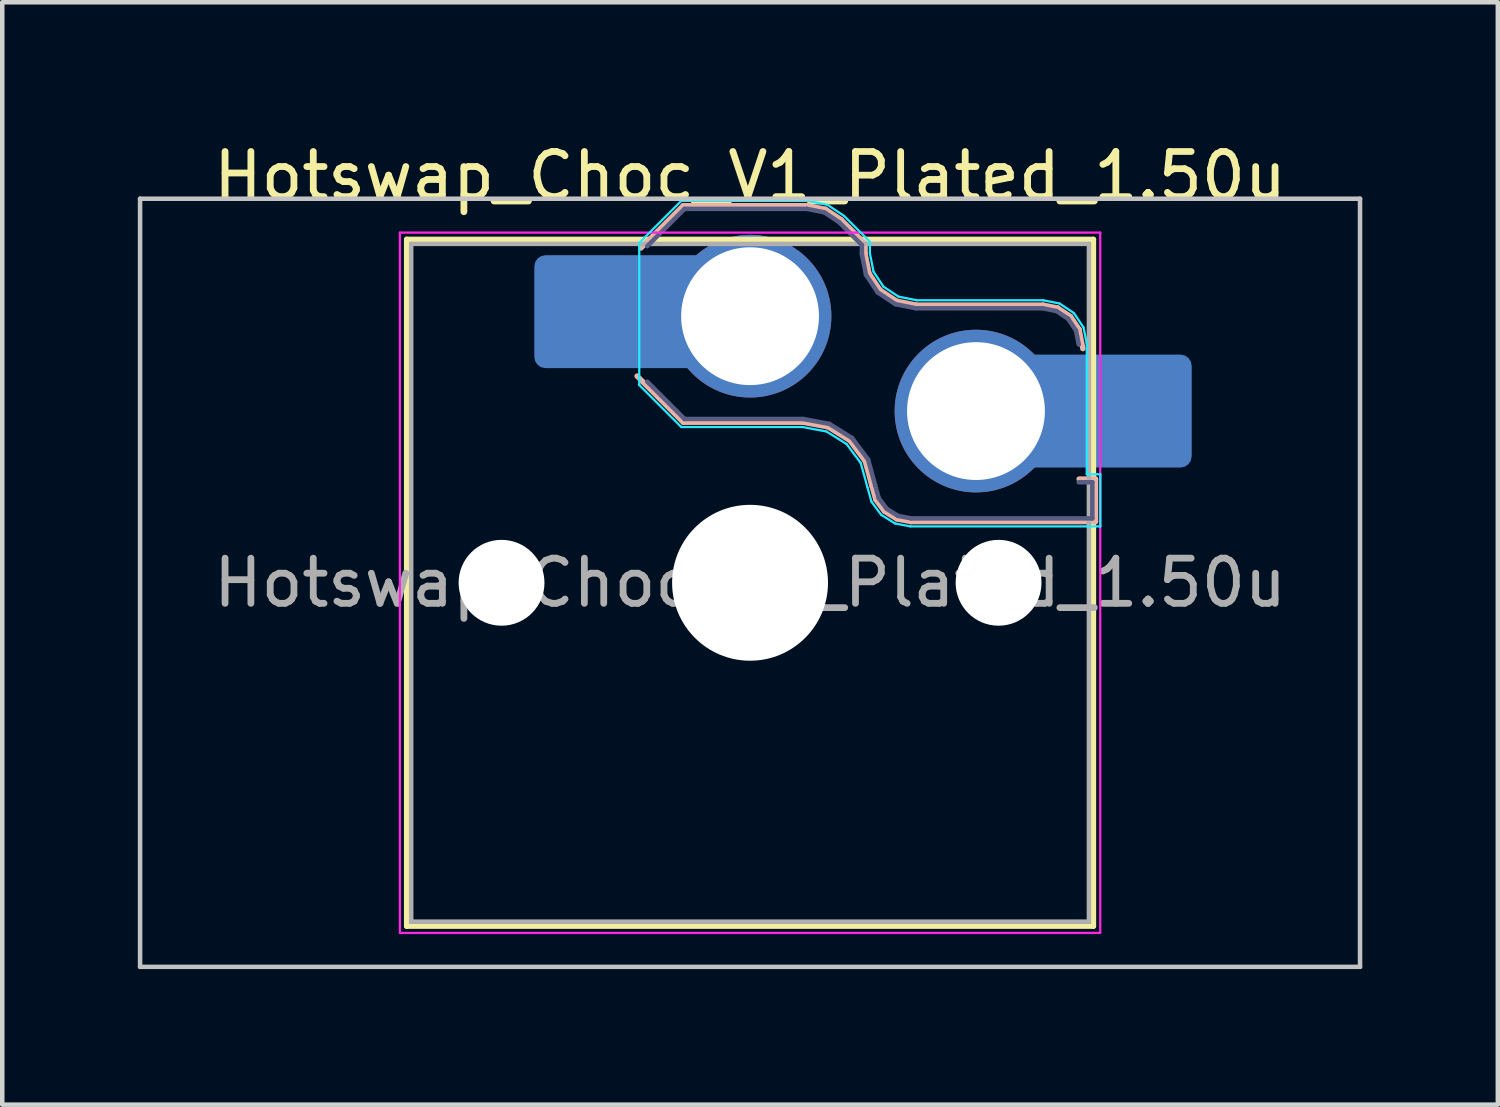
<source format=kicad_pcb>
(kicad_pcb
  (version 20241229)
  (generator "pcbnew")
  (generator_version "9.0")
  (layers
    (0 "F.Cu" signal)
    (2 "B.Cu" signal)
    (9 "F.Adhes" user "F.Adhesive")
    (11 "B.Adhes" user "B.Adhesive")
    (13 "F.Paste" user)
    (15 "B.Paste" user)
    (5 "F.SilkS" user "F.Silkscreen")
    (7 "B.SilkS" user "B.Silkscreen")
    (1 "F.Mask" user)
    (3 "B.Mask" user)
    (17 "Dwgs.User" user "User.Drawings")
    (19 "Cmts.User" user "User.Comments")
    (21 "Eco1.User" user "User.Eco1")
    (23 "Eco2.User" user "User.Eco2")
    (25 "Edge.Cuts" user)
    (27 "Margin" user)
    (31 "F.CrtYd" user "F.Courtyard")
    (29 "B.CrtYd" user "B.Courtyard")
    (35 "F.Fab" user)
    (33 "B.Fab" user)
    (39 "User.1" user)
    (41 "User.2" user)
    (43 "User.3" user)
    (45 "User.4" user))
  (footprint "Hotswap_Choc_V1_Plated_1.50u"
    (layer "F.Cu")
    (at 13.55 9.848)
    (property "Reference" "Hotswap_Choc_V1_Plated_1.50u" (at 0 -9 0) (layer "F.SilkS") (effects (font (size 1 1) (thickness 0.15))))
    (attr smd allow_soldermask_bridges)
    (fp_line (start -7.6 -7.6) (end -7.6 7.6) (stroke (width 0.12) (type solid)) (layer "F.SilkS"))
    (fp_line (start -7.6 7.6) (end 7.6 7.6) (stroke (width 0.12) (type solid)) (layer "F.SilkS"))
    (fp_line (start 7.6 -7.6) (end -7.6 -7.6) (stroke (width 0.12) (type solid)) (layer "F.SilkS"))
    (fp_line (start 7.6 7.6) (end 7.6 -7.6) (stroke (width 0.12) (type solid)) (layer "F.SilkS"))
    (fp_line (start -2.416 -7.409) (end -1.479 -8.346) (stroke (width 0.12) (type solid)) (layer "B.SilkS"))
    (fp_line (start -1.479 -8.346) (end 1.268 -8.346) (stroke (width 0.12) (type solid)) (layer "B.SilkS"))
    (fp_line (start -1.479 -3.554) (end -2.5 -4.575) (stroke (width 0.12) (type solid)) (layer "B.SilkS"))
    (fp_line (start 1.168 -3.554) (end -1.479 -3.554) (stroke (width 0.12) (type solid)) (layer "B.SilkS"))
    (fp_line (start 1.268 -8.346) (end 1.671 -8.266) (stroke (width 0.12) (type solid)) (layer "B.SilkS"))
    (fp_line (start 1.671 -8.266) (end 2.013 -8.037) (stroke (width 0.12) (type solid)) (layer "B.SilkS"))
    (fp_line (start 1.73 -3.449) (end 1.168 -3.554) (stroke (width 0.12) (type solid)) (layer "B.SilkS"))
    (fp_line (start 2.013 -8.037) (end 2.546 -7.504) (stroke (width 0.12) (type solid)) (layer "B.SilkS"))
    (fp_line (start 2.209 -3.15) (end 1.73 -3.449) (stroke (width 0.12) (type solid)) (layer "B.SilkS"))
    (fp_line (start 2.546 -7.504) (end 2.546 -7.282) (stroke (width 0.12) (type solid)) (layer "B.SilkS"))
    (fp_line (start 2.546 -7.282) (end 2.633 -6.844) (stroke (width 0.12) (type solid)) (layer "B.SilkS"))
    (fp_line (start 2.547 -2.697) (end 2.209 -3.15) (stroke (width 0.12) (type solid)) (layer "B.SilkS"))
    (fp_line (start 2.633 -6.844) (end 2.877 -6.477) (stroke (width 0.12) (type solid)) (layer "B.SilkS"))
    (fp_line (start 2.701 -2.139) (end 2.547 -2.697) (stroke (width 0.12) (type solid)) (layer "B.SilkS"))
    (fp_line (start 2.783 -1.841) (end 2.701 -2.139) (stroke (width 0.12) (type solid)) (layer "B.SilkS"))
    (fp_line (start 2.877 -6.477) (end 3.244 -6.233) (stroke (width 0.12) (type solid)) (layer "B.SilkS"))
    (fp_line (start 2.976 -1.583) (end 2.783 -1.841) (stroke (width 0.12) (type solid)) (layer "B.SilkS"))
    (fp_line (start 3.244 -6.233) (end 3.682 -6.146) (stroke (width 0.12) (type solid)) (layer "B.SilkS"))
    (fp_line (start 3.25 -1.413) (end 2.976 -1.583) (stroke (width 0.12) (type solid)) (layer "B.SilkS"))
    (fp_line (start 3.56 -1.354) (end 3.25 -1.413) (stroke (width 0.12) (type solid)) (layer "B.SilkS"))
    (fp_line (start 3.682 -6.146) (end 6.482 -6.146) (stroke (width 0.12) (type solid)) (layer "B.SilkS"))
    (fp_line (start 6.482 -6.146) (end 6.809 -6.081) (stroke (width 0.12) (type solid)) (layer "B.SilkS"))
    (fp_line (start 6.809 -6.081) (end 7.092 -5.892) (stroke (width 0.12) (type solid)) (layer "B.SilkS"))
    (fp_line (start 7.092 -5.892) (end 7.281 -5.609) (stroke (width 0.12) (type solid)) (layer "B.SilkS"))
    (fp_line (start 7.281 -5.609) (end 7.366 -5.182) (stroke (width 0.12) (type solid)) (layer "B.SilkS"))
    (fp_line (start 7.283 -2.296) (end 7.646 -2.296) (stroke (width 0.12) (type solid)) (layer "B.SilkS"))
    (fp_line (start 7.646 -2.296) (end 7.646 -1.354) (stroke (width 0.12) (type solid)) (layer "B.SilkS"))
    (fp_line (start 7.646 -1.354) (end 3.56 -1.354) (stroke (width 0.12) (type solid)) (layer "B.SilkS"))
    (fp_line (start -13.5 -8.5) (end -13.5 8.5) (stroke (width 0.1) (type solid)) (layer "Dwgs.User"))
    (fp_line (start -13.5 8.5) (end 13.5 8.5) (stroke (width 0.1) (type solid)) (layer "Dwgs.User"))
    (fp_line (start 13.5 -8.5) (end -13.5 -8.5) (stroke (width 0.1) (type solid)) (layer "Dwgs.User"))
    (fp_line (start 13.5 8.5) (end 13.5 -8.5) (stroke (width 0.1) (type solid)) (layer "Dwgs.User"))
    (fp_line (start -7.25 -7.25) (end -7.25 7.25) (stroke (width 0.1) (type solid)) (layer "Eco1.User"))
    (fp_line (start -7.25 7.25) (end 7.25 7.25) (stroke (width 0.1) (type solid)) (layer "Eco1.User"))
    (fp_line (start 7.25 -7.25) (end -7.25 -7.25) (stroke (width 0.1) (type solid)) (layer "Eco1.User"))
    (fp_line (start 7.25 7.25) (end 7.25 -7.25) (stroke (width 0.1) (type solid)) (layer "Eco1.User"))
    (fp_line (start -2.452 -7.523) (end -1.523 -8.452) (stroke (width 0.05) (type solid)) (layer "B.CrtYd"))
    (fp_line (start -2.452 -4.377) (end -2.452 -7.523) (stroke (width 0.05) (type solid)) (layer "B.CrtYd"))
    (fp_line (start -1.523 -8.452) (end 1.278 -8.452) (stroke (width 0.05) (type solid)) (layer "B.CrtYd"))
    (fp_line (start -1.523 -3.448) (end -2.452 -4.377) (stroke (width 0.05) (type solid)) (layer "B.CrtYd"))
    (fp_line (start 1.159 -3.448) (end -1.523 -3.448) (stroke (width 0.05) (type solid)) (layer "B.CrtYd"))
    (fp_line (start 1.278 -8.452) (end 1.712 -8.366) (stroke (width 0.05) (type solid)) (layer "B.CrtYd"))
    (fp_line (start 1.691 -3.348) (end 1.159 -3.448) (stroke (width 0.05) (type solid)) (layer "B.CrtYd"))
    (fp_line (start 1.712 -8.366) (end 2.081 -8.119) (stroke (width 0.05) (type solid)) (layer "B.CrtYd"))
    (fp_line (start 2.081 -8.119) (end 2.652 -7.548) (stroke (width 0.05) (type solid)) (layer "B.CrtYd"))
    (fp_line (start 2.136 -3.071) (end 1.691 -3.348) (stroke (width 0.05) (type solid)) (layer "B.CrtYd"))
    (fp_line (start 2.45 -2.65) (end 2.136 -3.071) (stroke (width 0.05) (type solid)) (layer "B.CrtYd"))
    (fp_line (start 2.599 -2.111) (end 2.45 -2.65) (stroke (width 0.05) (type solid)) (layer "B.CrtYd"))
    (fp_line (start 2.652 -7.548) (end 2.652 -7.292) (stroke (width 0.05) (type solid)) (layer "B.CrtYd"))
    (fp_line (start 2.652 -7.292) (end 2.733 -6.885) (stroke (width 0.05) (type solid)) (layer "B.CrtYd"))
    (fp_line (start 2.687 -1.794) (end 2.599 -2.111) (stroke (width 0.05) (type solid)) (layer "B.CrtYd"))
    (fp_line (start 2.733 -6.885) (end 2.953 -6.553) (stroke (width 0.05) (type solid)) (layer "B.CrtYd"))
    (fp_line (start 2.903 -1.503) (end 2.687 -1.794) (stroke (width 0.05) (type solid)) (layer "B.CrtYd"))
    (fp_line (start 2.953 -6.553) (end 3.285 -6.333) (stroke (width 0.05) (type solid)) (layer "B.CrtYd"))
    (fp_line (start 3.211 -1.312) (end 2.903 -1.503) (stroke (width 0.05) (type solid)) (layer "B.CrtYd"))
    (fp_line (start 3.285 -6.333) (end 3.692 -6.252) (stroke (width 0.05) (type solid)) (layer "B.CrtYd"))
    (fp_line (start 3.55 -1.248) (end 3.211 -1.312) (stroke (width 0.05) (type solid)) (layer "B.CrtYd"))
    (fp_line (start 3.692 -6.252) (end 6.492 -6.252) (stroke (width 0.05) (type solid)) (layer "B.CrtYd"))
    (fp_line (start 6.492 -6.252) (end 6.85 -6.181) (stroke (width 0.05) (type solid)) (layer "B.CrtYd"))
    (fp_line (start 6.85 -6.181) (end 7.168 -5.968) (stroke (width 0.05) (type solid)) (layer "B.CrtYd"))
    (fp_line (start 7.168 -5.968) (end 7.381 -5.65) (stroke (width 0.05) (type solid)) (layer "B.CrtYd"))
    (fp_line (start 7.381 -5.65) (end 7.452 -5.292) (stroke (width 0.05) (type solid)) (layer "B.CrtYd"))
    (fp_line (start 7.452 -5.292) (end 7.452 -2.402) (stroke (width 0.05) (type solid)) (layer "B.CrtYd"))
    (fp_line (start 7.452 -2.402) (end 7.752 -2.402) (stroke (width 0.05) (type solid)) (layer "B.CrtYd"))
    (fp_line (start 7.752 -2.402) (end 7.752 -1.248) (stroke (width 0.05) (type solid)) (layer "B.CrtYd"))
    (fp_line (start 7.752 -1.248) (end 3.55 -1.248) (stroke (width 0.05) (type solid)) (layer "B.CrtYd"))
    (fp_line (start -7.75 -7.75) (end -7.75 7.75) (stroke (width 0.05) (type solid)) (layer "F.CrtYd"))
    (fp_line (start -7.75 7.75) (end 7.75 7.75) (stroke (width 0.05) (type solid)) (layer "F.CrtYd"))
    (fp_line (start 7.75 -7.75) (end -7.75 -7.75) (stroke (width 0.05) (type solid)) (layer "F.CrtYd"))
    (fp_line (start 7.75 7.75) (end 7.75 -7.75) (stroke (width 0.05) (type solid)) (layer "F.CrtYd"))
    (fp_line (start -2.275 -7.45) (end -1.45 -8.275) (stroke (width 0.1) (type solid)) (layer "B.Fab"))
    (fp_line (start -1.45 -8.275) (end 1.261 -8.275) (stroke (width 0.1) (type solid)) (layer "B.Fab"))
    (fp_line (start -1.45 -3.625) (end -2.275 -4.45) (stroke (width 0.1) (type solid)) (layer "B.Fab"))
    (fp_line (start 1.175 -3.625) (end -1.45 -3.625) (stroke (width 0.1) (type solid)) (layer "B.Fab"))
    (fp_line (start 1.261 -8.275) (end 1.643 -8.199) (stroke (width 0.1) (type solid)) (layer "B.Fab"))
    (fp_line (start 1.643 -8.199) (end 1.968 -7.982) (stroke (width 0.1) (type solid)) (layer "B.Fab"))
    (fp_line (start 1.756 -3.516) (end 1.175 -3.625) (stroke (width 0.1) (type solid)) (layer "B.Fab"))
    (fp_line (start 1.968 -7.982) (end 2.475 -7.475) (stroke (width 0.1) (type solid)) (layer "B.Fab"))
    (fp_line (start 2.258 -3.203) (end 1.756 -3.516) (stroke (width 0.1) (type solid)) (layer "B.Fab"))
    (fp_line (start 2.475 -7.475) (end 2.475 -7.275) (stroke (width 0.1) (type solid)) (layer "B.Fab"))
    (fp_line (start 2.475 -7.275) (end 2.566 -6.816) (stroke (width 0.1) (type solid)) (layer "B.Fab"))
    (fp_line (start 2.566 -6.816) (end 2.826 -6.426) (stroke (width 0.1) (type solid)) (layer "B.Fab"))
    (fp_line (start 2.612 -2.729) (end 2.258 -3.203) (stroke (width 0.1) (type solid)) (layer "B.Fab"))
    (fp_line (start 2.769 -2.158) (end 2.612 -2.729) (stroke (width 0.1) (type solid)) (layer "B.Fab"))
    (fp_line (start 2.826 -6.426) (end 3.216 -6.166) (stroke (width 0.1) (type solid)) (layer "B.Fab"))
    (fp_line (start 2.848 -1.873) (end 2.769 -2.158) (stroke (width 0.1) (type solid)) (layer "B.Fab"))
    (fp_line (start 3.025 -1.636) (end 2.848 -1.873) (stroke (width 0.1) (type solid)) (layer "B.Fab"))
    (fp_line (start 3.216 -6.166) (end 3.675 -6.075) (stroke (width 0.1) (type solid)) (layer "B.Fab"))
    (fp_line (start 3.276 -1.48) (end 3.025 -1.636) (stroke (width 0.1) (type solid)) (layer "B.Fab"))
    (fp_line (start 3.567 -1.425) (end 3.276 -1.48) (stroke (width 0.1) (type solid)) (layer "B.Fab"))
    (fp_line (start 3.675 -6.075) (end 6.475 -6.075) (stroke (width 0.1) (type solid)) (layer "B.Fab"))
    (fp_line (start 6.475 -6.075) (end 6.781 -6.014) (stroke (width 0.1) (type solid)) (layer "B.Fab"))
    (fp_line (start 6.781 -6.014) (end 7.041 -5.841) (stroke (width 0.1) (type solid)) (layer "B.Fab"))
    (fp_line (start 7.041 -5.841) (end 7.214 -5.581) (stroke (width 0.1) (type solid)) (layer "B.Fab"))
    (fp_line (start 7.214 -5.581) (end 7.275 -5.275) (stroke (width 0.1) (type solid)) (layer "B.Fab"))
    (fp_line (start 7.275 -2.225) (end 7.575 -2.225) (stroke (width 0.1) (type solid)) (layer "B.Fab"))
    (fp_line (start 7.575 -2.225) (end 7.575 -1.425) (stroke (width 0.1) (type solid)) (layer "B.Fab"))
    (fp_line (start 7.575 -1.425) (end 3.567 -1.425) (stroke (width 0.1) (type solid)) (layer "B.Fab"))
    (fp_line (start -7.5 -7.5) (end -7.5 7.5) (stroke (width 0.1) (type solid)) (layer "F.Fab"))
    (fp_line (start -7.5 7.5) (end 7.5 7.5) (stroke (width 0.1) (type solid)) (layer "F.Fab"))
    (fp_line (start 7.5 -7.5) (end -7.5 -7.5) (stroke (width 0.1) (type solid)) (layer "F.Fab"))
    (fp_line (start 7.5 7.5) (end 7.5 -7.5) (stroke (width 0.1) (type solid)) (layer "F.Fab"))
    (fp_text user "${REFERENCE}" (at 0 0 0) (layer "F.Fab") (effects (font (size 1 1) (thickness 0.15))))
    (pad "" np_thru_hole circle (at -5.5 0) (size 1.9 1.9) (drill 1.9) (layers "*.Cu" "*.Mask"))
    (pad "" smd roundrect (at -3.5 -6) (size 2.55 2.5) (layers "B.Mask" "B.Paste") (roundrect_rratio 0.1))
    (pad "" np_thru_hole circle (at 0 0) (size 3.45 3.45) (drill 3.45) (layers "*.Cu" "*.Mask"))
    (pad "" np_thru_hole circle (at 5.5 0) (size 1.9 1.9) (drill 1.9) (layers "*.Cu" "*.Mask"))
    (pad "" smd roundrect (at 8.5 -3.8) (size 2.55 2.5) (layers "B.Mask" "B.Paste") (roundrect_rratio 0.1))
    (pad "1" smd roundrect (at -2.85 -6) (size 3.85 2.5) (layers "B.Cu") (roundrect_rratio 0.1))
    (pad "1" thru_hole circle (at 0 -5.9) (size 3.6 3.6) (drill 3.05) (layers "*.Cu" "*.Mask"))
    (pad "2" thru_hole circle (at 5 -3.8) (size 3.6 3.6) (drill 3.05) (layers "*.Cu" "*.Mask"))
    (pad "2" smd roundrect (at 7.85 -3.8) (size 3.85 2.5) (layers "B.Cu") (roundrect_rratio 0.1)))
  (gr_rect
    (start -3 -3)
    (end 30.1 21.398)
    (stroke (width 0.1) (type default))
    (fill no)
    (layer "Edge.Cuts")))
</source>
